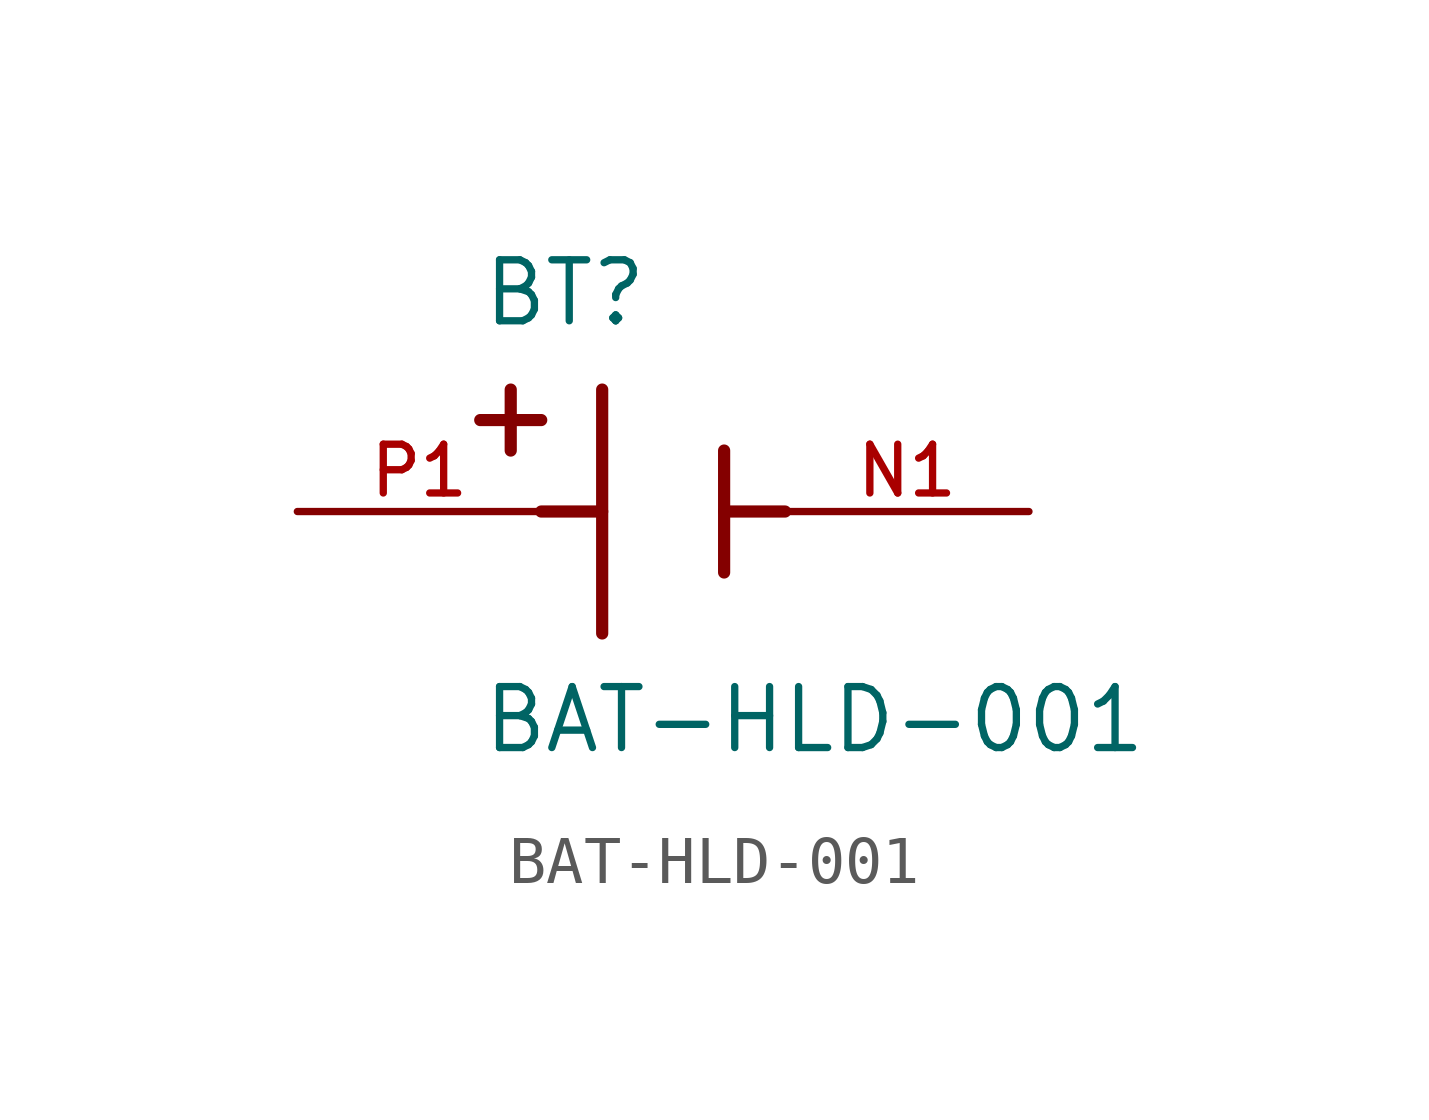
<source format=kicad_sym>
(kicad_symbol_lib
  (version 20241209)
  (generator "kicad_symbol_editor")
  (generator_version "9.0")
  (symbol "BAT-HLD-001"
    (pin_names
      (offset 1.016))
    (property "Reference" "BT"
      (at -3.81 3.81 0)
      (effects (font (size 1.27 1.27)) (justify left bottom)))
    (property "Value" "BAT-HLD-001"
      (at -3.81 -5.08 0)
      (effects (font (size 1.27 1.27)) (justify left bottom)))
    (symbol "BAT-HLD-001_0_0"
      (polyline (pts (xy -3.81 1.905) (xy -2.54 1.905)) (stroke (width 0.254) (type default)) (fill (type none)))
      (polyline (pts (xy -3.175 2.54) (xy -3.175 1.27)) (stroke (width 0.254) (type default)) (fill (type none)))
      (polyline (pts (xy -1.27 2.54) (xy -1.27 -2.54)) (stroke (width 0.254) (type default)) (fill (type none)))
      (polyline (pts (xy -1.27 0) (xy -2.54 0)) (stroke (width 0.254) (type default)) (fill (type none)))
      (polyline (pts (xy 1.27 1.27) (xy 1.27 -1.27)) (stroke (width 0.254) (type default)) (fill (type none)))
      (polyline (pts (xy 1.27 0) (xy 2.54 0)) (stroke (width 0.254) (type default)) (fill (type none)))
      (pin power_out line (at -7.62 0 0) (length 5.08) (name "~" (effects (font (size 1.016 1.016)))) (number "P1" (effects (font (size 1.016 1.016)))))
      (pin power_out line (at 7.62 0 180) (length 5.08) (name "~" (effects (font (size 1.016 1.016)))) (number "N1" (effects (font (size 1.016 1.016))))))
    (symbol "BAT-HLD-001_1_0"
      (pin power_out line (at -7.62 0 0) (length 5.08) (hide yes) (name "~" (effects (font (size 1.016 1.016)))) (number "P2" (effects (font (size 1.016 1.016))))))))
</source>
